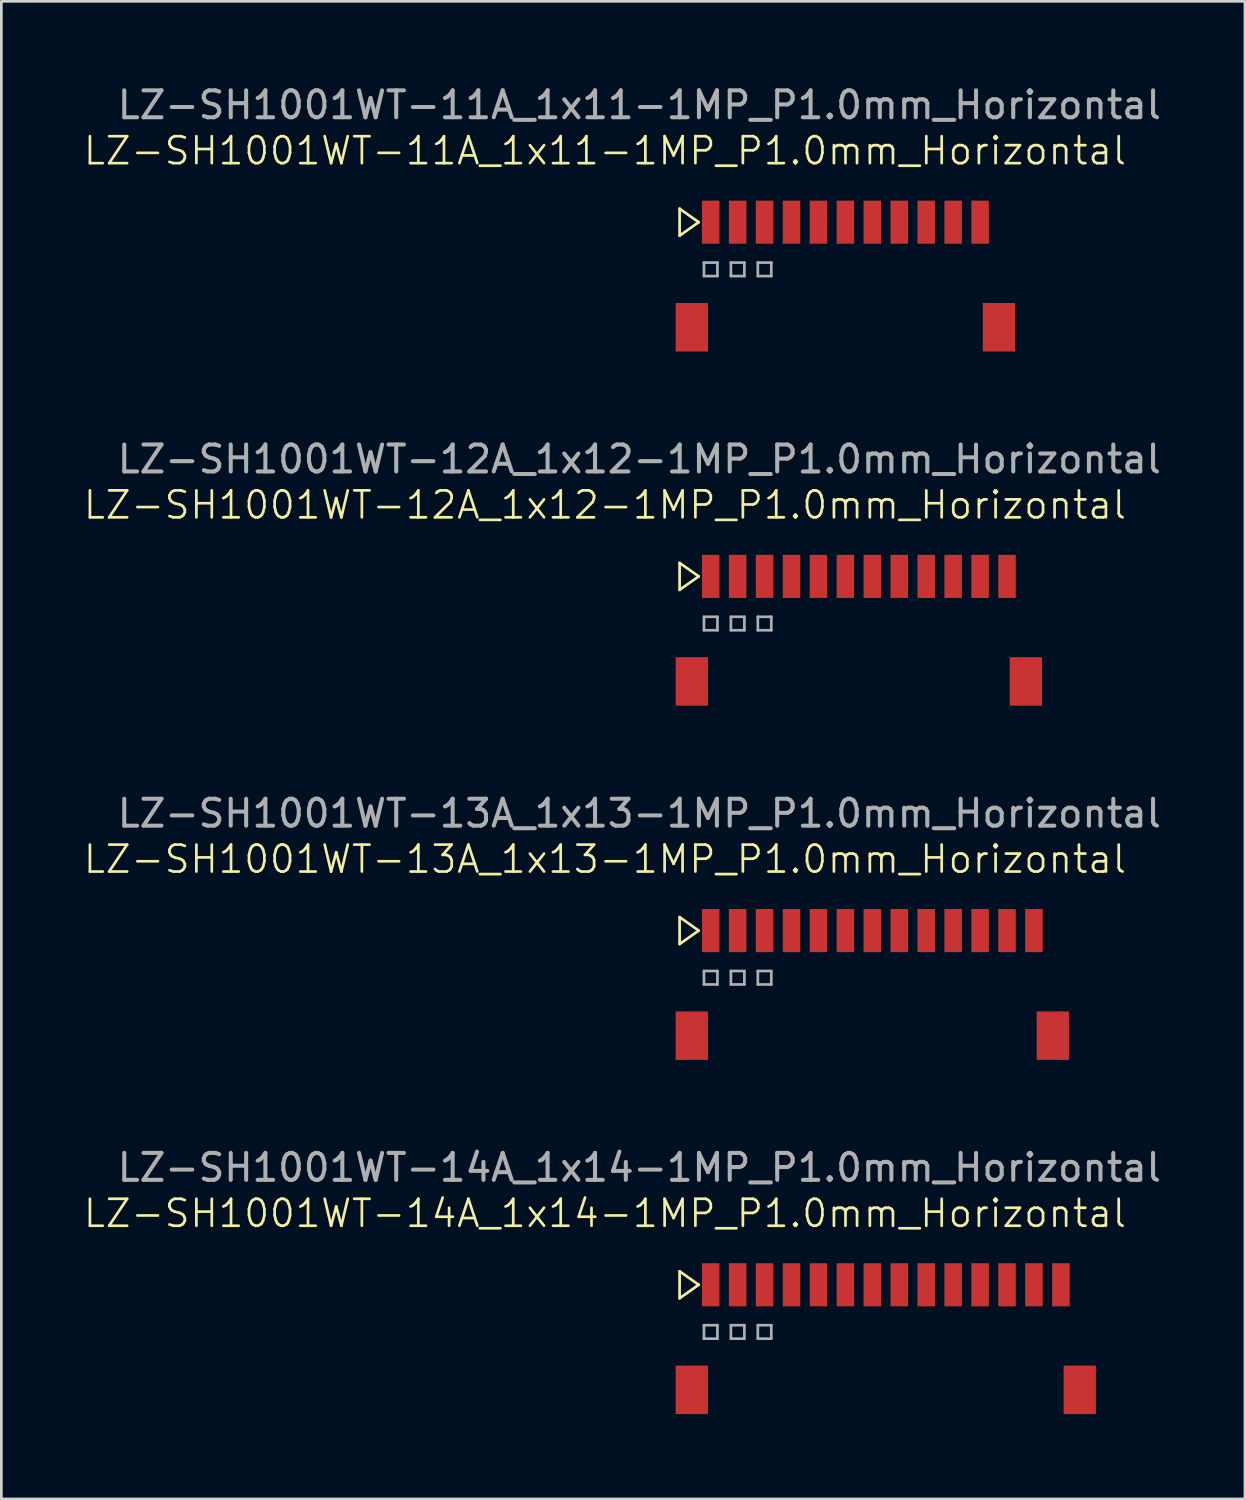
<source format=kicad_pcb>
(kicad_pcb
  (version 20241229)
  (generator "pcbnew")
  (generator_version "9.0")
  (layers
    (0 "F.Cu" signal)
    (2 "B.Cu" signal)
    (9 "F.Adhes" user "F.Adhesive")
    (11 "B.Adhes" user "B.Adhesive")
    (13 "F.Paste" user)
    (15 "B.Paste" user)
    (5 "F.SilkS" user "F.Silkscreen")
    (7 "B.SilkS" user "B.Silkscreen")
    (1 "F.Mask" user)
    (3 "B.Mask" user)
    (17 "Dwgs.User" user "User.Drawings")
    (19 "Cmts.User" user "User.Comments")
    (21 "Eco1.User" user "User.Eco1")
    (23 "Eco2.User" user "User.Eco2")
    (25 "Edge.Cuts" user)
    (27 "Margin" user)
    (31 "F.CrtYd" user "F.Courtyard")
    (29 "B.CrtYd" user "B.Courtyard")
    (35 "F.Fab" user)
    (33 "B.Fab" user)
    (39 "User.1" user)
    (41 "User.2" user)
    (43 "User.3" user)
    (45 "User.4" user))
  (footprint "LZ-SH1001WT-11A_1x11-1MP_P1.0mm_Horizontal"
    (layer "F.Cu")
    (at 33.332 5.198)
    (property "Reference" "LZ-SH1001WT-11A_1x11-1MP_P1.0mm_Horizontal" (at -13.925 -2.65 0) (unlocked yes) (layer "F.SilkS") (effects (font (size 1 1) (thickness 0.1))))
    (attr smd)
    (fp_line (start -11.154 -0.5) (end -11.154 0.5) (stroke (width 0.1) (type solid)) (layer "F.SilkS"))
    (fp_line (start -11.154 -0.5) (end -10.446 0) (stroke (width 0.1) (type solid)) (layer "F.SilkS"))
    (fp_line (start -10.446 0) (end -11.154 0.5) (stroke (width 0.1) (type solid)) (layer "F.SilkS"))
    (fp_rect (start -11.403 -0.825) (end 1.397 4.9) (stroke (width 0.1) (type default)) (fill no) (layer "Margin"))
    (fp_line (start -10.25 1.5) (end -10.25 2) (stroke (width 0.1) (type solid)) (layer "F.Fab"))
    (fp_line (start -10.25 2) (end -9.75 2) (stroke (width 0.1) (type solid)) (layer "F.Fab"))
    (fp_line (start -9.75 1.5) (end -10.25 1.5) (stroke (width 0.1) (type solid)) (layer "F.Fab"))
    (fp_line (start -9.75 2) (end -9.75 1.5) (stroke (width 0.1) (type solid)) (layer "F.Fab"))
    (fp_line (start -9.25 1.5) (end -9.25 2) (stroke (width 0.1) (type solid)) (layer "F.Fab"))
    (fp_line (start -9.25 2) (end -8.75 2) (stroke (width 0.1) (type solid)) (layer "F.Fab"))
    (fp_line (start -8.75 1.5) (end -9.25 1.5) (stroke (width 0.1) (type solid)) (layer "F.Fab"))
    (fp_line (start -8.75 2) (end -8.75 1.5) (stroke (width 0.1) (type solid)) (layer "F.Fab"))
    (fp_line (start -8.25 1.5) (end -8.25 2) (stroke (width 0.1) (type solid)) (layer "F.Fab"))
    (fp_line (start -8.25 2) (end -7.75 2) (stroke (width 0.1) (type solid)) (layer "F.Fab"))
    (fp_line (start -7.75 1.5) (end -8.25 1.5) (stroke (width 0.1) (type solid)) (layer "F.Fab"))
    (fp_line (start -7.75 2) (end -7.75 1.5) (stroke (width 0.1) (type solid)) (layer "F.Fab"))
    (fp_text user "${REFERENCE}" (at -12.65 -4.35 0) (unlocked yes) (layer "F.Fab") (effects (font (size 1 1) (thickness 0.15))))
    (pad "1" smd rect (at -10 0) (size 0.65 1.6) (layers "F.Cu" "F.Mask" "F.Paste"))
    (pad "2" smd rect (at -9 0) (size 0.65 1.6) (layers "F.Cu" "F.Mask" "F.Paste"))
    (pad "3" smd rect (at -8 0) (size 0.65 1.6) (layers "F.Cu" "F.Mask" "F.Paste"))
    (pad "4" smd rect (at -7 0) (size 0.65 1.6) (layers "F.Cu" "F.Mask" "F.Paste"))
    (pad "5" smd rect (at -6 0) (size 0.65 1.6) (layers "F.Cu" "F.Mask" "F.Paste"))
    (pad "6" smd rect (at -5 0) (size 0.65 1.6) (layers "F.Cu" "F.Mask" "F.Paste"))
    (pad "7" smd rect (at -4 0) (size 0.65 1.6) (layers "F.Cu" "F.Mask" "F.Paste"))
    (pad "8" smd rect (at -3 0) (size 0.65 1.6) (layers "F.Cu" "F.Mask" "F.Paste"))
    (pad "9" smd rect (at -2 0) (size 0.65 1.6) (layers "F.Cu" "F.Mask" "F.Paste"))
    (pad "10" smd rect (at -1 0) (size 0.65 1.6) (layers "F.Cu" "F.Mask" "F.Paste"))
    (pad "11" smd rect (at 0 0) (size 0.65 1.6) (layers "F.Cu" "F.Mask" "F.Paste"))
    (pad "MP" smd rect (at -10.7 3.9) (size 1.2 1.8) (layers "F.Cu" "F.Mask" "F.Paste"))
    (pad "MP" smd rect (at 0.7 3.9) (size 1.2 1.8) (layers "F.Cu" "F.Mask" "F.Paste")))
  (footprint "LZ-SH1001WT-13A_1x13-1MP_P1.0mm_Horizontal"
    (layer "F.Cu")
    (at 35.332 31.495)
    (property "Reference" "LZ-SH1001WT-13A_1x13-1MP_P1.0mm_Horizontal" (at -15.925 -2.65 0) (unlocked yes) (layer "F.SilkS") (effects (font (size 1 1) (thickness 0.1))))
    (attr smd)
    (fp_line (start -13.154 -0.5) (end -13.154 0.5) (stroke (width 0.1) (type solid)) (layer "F.SilkS"))
    (fp_line (start -13.154 -0.5) (end -12.446 0) (stroke (width 0.1) (type solid)) (layer "F.SilkS"))
    (fp_line (start -12.446 0) (end -13.154 0.5) (stroke (width 0.1) (type solid)) (layer "F.SilkS"))
    (fp_rect (start -13.403 -0.825) (end 1.397 4.9) (stroke (width 0.1) (type default)) (fill no) (layer "Margin"))
    (fp_line (start -12.25 1.5) (end -12.25 2) (stroke (width 0.1) (type solid)) (layer "F.Fab"))
    (fp_line (start -12.25 2) (end -11.75 2) (stroke (width 0.1) (type solid)) (layer "F.Fab"))
    (fp_line (start -11.75 1.5) (end -12.25 1.5) (stroke (width 0.1) (type solid)) (layer "F.Fab"))
    (fp_line (start -11.75 2) (end -11.75 1.5) (stroke (width 0.1) (type solid)) (layer "F.Fab"))
    (fp_line (start -11.25 1.5) (end -11.25 2) (stroke (width 0.1) (type solid)) (layer "F.Fab"))
    (fp_line (start -11.25 2) (end -10.75 2) (stroke (width 0.1) (type solid)) (layer "F.Fab"))
    (fp_line (start -10.75 1.5) (end -11.25 1.5) (stroke (width 0.1) (type solid)) (layer "F.Fab"))
    (fp_line (start -10.75 2) (end -10.75 1.5) (stroke (width 0.1) (type solid)) (layer "F.Fab"))
    (fp_line (start -10.25 1.5) (end -10.25 2) (stroke (width 0.1) (type solid)) (layer "F.Fab"))
    (fp_line (start -10.25 2) (end -9.75 2) (stroke (width 0.1) (type solid)) (layer "F.Fab"))
    (fp_line (start -9.75 1.5) (end -10.25 1.5) (stroke (width 0.1) (type solid)) (layer "F.Fab"))
    (fp_line (start -9.75 2) (end -9.75 1.5) (stroke (width 0.1) (type solid)) (layer "F.Fab"))
    (fp_text user "${REFERENCE}" (at -14.65 -4.35 0) (unlocked yes) (layer "F.Fab") (effects (font (size 1 1) (thickness 0.15))))
    (pad "1" smd rect (at -12 0) (size 0.65 1.6) (layers "F.Cu" "F.Mask" "F.Paste"))
    (pad "2" smd rect (at -11 0) (size 0.65 1.6) (layers "F.Cu" "F.Mask" "F.Paste"))
    (pad "3" smd rect (at -10 0) (size 0.65 1.6) (layers "F.Cu" "F.Mask" "F.Paste"))
    (pad "4" smd rect (at -9 0) (size 0.65 1.6) (layers "F.Cu" "F.Mask" "F.Paste"))
    (pad "5" smd rect (at -8 0) (size 0.65 1.6) (layers "F.Cu" "F.Mask" "F.Paste"))
    (pad "6" smd rect (at -7 0) (size 0.65 1.6) (layers "F.Cu" "F.Mask" "F.Paste"))
    (pad "7" smd rect (at -6 0) (size 0.65 1.6) (layers "F.Cu" "F.Mask" "F.Paste"))
    (pad "8" smd rect (at -5 0) (size 0.65 1.6) (layers "F.Cu" "F.Mask" "F.Paste"))
    (pad "9" smd rect (at -4 0) (size 0.65 1.6) (layers "F.Cu" "F.Mask" "F.Paste"))
    (pad "10" smd rect (at -3 0) (size 0.65 1.6) (layers "F.Cu" "F.Mask" "F.Paste"))
    (pad "11" smd rect (at -2 0) (size 0.65 1.6) (layers "F.Cu" "F.Mask" "F.Paste"))
    (pad "12" smd rect (at -1 0) (size 0.65 1.6) (layers "F.Cu" "F.Mask" "F.Paste"))
    (pad "13" smd rect (at 0 0) (size 0.65 1.6) (layers "F.Cu" "F.Mask" "F.Paste"))
    (pad "MP" smd rect (at -12.7 3.9) (size 1.2 1.8) (layers "F.Cu" "F.Mask" "F.Paste"))
    (pad "MP" smd rect (at 0.7 3.9) (size 1.2 1.8) (layers "F.Cu" "F.Mask" "F.Paste")))
  (footprint "LZ-SH1001WT-14A_1x14-1MP_P1.0mm_Horizontal"
    (layer "F.Cu")
    (at 36.332 44.643)
    (property "Reference" "LZ-SH1001WT-14A_1x14-1MP_P1.0mm_Horizontal" (at -16.925 -2.65 0) (unlocked yes) (layer "F.SilkS") (effects (font (size 1 1) (thickness 0.1))))
    (attr smd)
    (fp_line (start -14.154 -0.5) (end -14.154 0.5) (stroke (width 0.1) (type solid)) (layer "F.SilkS"))
    (fp_line (start -14.154 -0.5) (end -13.446 0) (stroke (width 0.1) (type solid)) (layer "F.SilkS"))
    (fp_line (start -13.446 0) (end -14.154 0.5) (stroke (width 0.1) (type solid)) (layer "F.SilkS"))
    (fp_rect (start -14.403 -0.825) (end 1.397 4.9) (stroke (width 0.1) (type default)) (fill no) (layer "Margin"))
    (fp_line (start -13.25 1.5) (end -13.25 2) (stroke (width 0.1) (type solid)) (layer "F.Fab"))
    (fp_line (start -13.25 2) (end -12.75 2) (stroke (width 0.1) (type solid)) (layer "F.Fab"))
    (fp_line (start -12.75 1.5) (end -13.25 1.5) (stroke (width 0.1) (type solid)) (layer "F.Fab"))
    (fp_line (start -12.75 2) (end -12.75 1.5) (stroke (width 0.1) (type solid)) (layer "F.Fab"))
    (fp_line (start -12.25 1.5) (end -12.25 2) (stroke (width 0.1) (type solid)) (layer "F.Fab"))
    (fp_line (start -12.25 2) (end -11.75 2) (stroke (width 0.1) (type solid)) (layer "F.Fab"))
    (fp_line (start -11.75 1.5) (end -12.25 1.5) (stroke (width 0.1) (type solid)) (layer "F.Fab"))
    (fp_line (start -11.75 2) (end -11.75 1.5) (stroke (width 0.1) (type solid)) (layer "F.Fab"))
    (fp_line (start -11.25 1.5) (end -11.25 2) (stroke (width 0.1) (type solid)) (layer "F.Fab"))
    (fp_line (start -11.25 2) (end -10.75 2) (stroke (width 0.1) (type solid)) (layer "F.Fab"))
    (fp_line (start -10.75 1.5) (end -11.25 1.5) (stroke (width 0.1) (type solid)) (layer "F.Fab"))
    (fp_line (start -10.75 2) (end -10.75 1.5) (stroke (width 0.1) (type solid)) (layer "F.Fab"))
    (fp_text user "${REFERENCE}" (at -15.65 -4.35 0) (unlocked yes) (layer "F.Fab") (effects (font (size 1 1) (thickness 0.15))))
    (pad "1" smd rect (at -13 0) (size 0.65 1.6) (layers "F.Cu" "F.Mask" "F.Paste"))
    (pad "2" smd rect (at -12 0) (size 0.65 1.6) (layers "F.Cu" "F.Mask" "F.Paste"))
    (pad "3" smd rect (at -11 0) (size 0.65 1.6) (layers "F.Cu" "F.Mask" "F.Paste"))
    (pad "4" smd rect (at -10 0) (size 0.65 1.6) (layers "F.Cu" "F.Mask" "F.Paste"))
    (pad "5" smd rect (at -9 0) (size 0.65 1.6) (layers "F.Cu" "F.Mask" "F.Paste"))
    (pad "6" smd rect (at -8 0) (size 0.65 1.6) (layers "F.Cu" "F.Mask" "F.Paste"))
    (pad "7" smd rect (at -7 0) (size 0.65 1.6) (layers "F.Cu" "F.Mask" "F.Paste"))
    (pad "8" smd rect (at -6 0) (size 0.65 1.6) (layers "F.Cu" "F.Mask" "F.Paste"))
    (pad "9" smd rect (at -5 0) (size 0.65 1.6) (layers "F.Cu" "F.Mask" "F.Paste"))
    (pad "10" smd rect (at -4 0) (size 0.65 1.6) (layers "F.Cu" "F.Mask" "F.Paste"))
    (pad "11" smd rect (at -3 0) (size 0.65 1.6) (layers "F.Cu" "F.Mask" "F.Paste"))
    (pad "12" smd rect (at -2 0) (size 0.65 1.6) (layers "F.Cu" "F.Mask" "F.Paste"))
    (pad "13" smd rect (at -1 0) (size 0.65 1.6) (layers "F.Cu" "F.Mask" "F.Paste"))
    (pad "14" smd rect (at 0 0) (size 0.65 1.6) (layers "F.Cu" "F.Mask" "F.Paste"))
    (pad "MP" smd rect (at -13.7 3.9) (size 1.2 1.8) (layers "F.Cu" "F.Mask" "F.Paste"))
    (pad "MP" smd rect (at 0.7 3.9) (size 1.2 1.8) (layers "F.Cu" "F.Mask" "F.Paste")))
  (footprint "LZ-SH1001WT-12A_1x12-1MP_P1.0mm_Horizontal"
    (layer "F.Cu")
    (at 34.332 18.346)
    (property "Reference" "LZ-SH1001WT-12A_1x12-1MP_P1.0mm_Horizontal" (at -14.925 -2.65 0) (unlocked yes) (layer "F.SilkS") (effects (font (size 1 1) (thickness 0.1))))
    (attr smd)
    (fp_line (start -12.154 -0.5) (end -12.154 0.5) (stroke (width 0.1) (type solid)) (layer "F.SilkS"))
    (fp_line (start -12.154 -0.5) (end -11.446 0) (stroke (width 0.1) (type solid)) (layer "F.SilkS"))
    (fp_line (start -11.446 0) (end -12.154 0.5) (stroke (width 0.1) (type solid)) (layer "F.SilkS"))
    (fp_rect (start -12.403 -0.825) (end 1.397 4.9) (stroke (width 0.1) (type default)) (fill no) (layer "Margin"))
    (fp_line (start -11.25 1.5) (end -11.25 2) (stroke (width 0.1) (type solid)) (layer "F.Fab"))
    (fp_line (start -11.25 2) (end -10.75 2) (stroke (width 0.1) (type solid)) (layer "F.Fab"))
    (fp_line (start -10.75 1.5) (end -11.25 1.5) (stroke (width 0.1) (type solid)) (layer "F.Fab"))
    (fp_line (start -10.75 2) (end -10.75 1.5) (stroke (width 0.1) (type solid)) (layer "F.Fab"))
    (fp_line (start -10.25 1.5) (end -10.25 2) (stroke (width 0.1) (type solid)) (layer "F.Fab"))
    (fp_line (start -10.25 2) (end -9.75 2) (stroke (width 0.1) (type solid)) (layer "F.Fab"))
    (fp_line (start -9.75 1.5) (end -10.25 1.5) (stroke (width 0.1) (type solid)) (layer "F.Fab"))
    (fp_line (start -9.75 2) (end -9.75 1.5) (stroke (width 0.1) (type solid)) (layer "F.Fab"))
    (fp_line (start -9.25 1.5) (end -9.25 2) (stroke (width 0.1) (type solid)) (layer "F.Fab"))
    (fp_line (start -9.25 2) (end -8.75 2) (stroke (width 0.1) (type solid)) (layer "F.Fab"))
    (fp_line (start -8.75 1.5) (end -9.25 1.5) (stroke (width 0.1) (type solid)) (layer "F.Fab"))
    (fp_line (start -8.75 2) (end -8.75 1.5) (stroke (width 0.1) (type solid)) (layer "F.Fab"))
    (fp_text user "${REFERENCE}" (at -13.65 -4.35 0) (unlocked yes) (layer "F.Fab") (effects (font (size 1 1) (thickness 0.15))))
    (pad "1" smd rect (at -11 0) (size 0.65 1.6) (layers "F.Cu" "F.Mask" "F.Paste"))
    (pad "2" smd rect (at -10 0) (size 0.65 1.6) (layers "F.Cu" "F.Mask" "F.Paste"))
    (pad "3" smd rect (at -9 0) (size 0.65 1.6) (layers "F.Cu" "F.Mask" "F.Paste"))
    (pad "4" smd rect (at -8 0) (size 0.65 1.6) (layers "F.Cu" "F.Mask" "F.Paste"))
    (pad "5" smd rect (at -7 0) (size 0.65 1.6) (layers "F.Cu" "F.Mask" "F.Paste"))
    (pad "6" smd rect (at -6 0) (size 0.65 1.6) (layers "F.Cu" "F.Mask" "F.Paste"))
    (pad "7" smd rect (at -5 0) (size 0.65 1.6) (layers "F.Cu" "F.Mask" "F.Paste"))
    (pad "8" smd rect (at -4 0) (size 0.65 1.6) (layers "F.Cu" "F.Mask" "F.Paste"))
    (pad "9" smd rect (at -3 0) (size 0.65 1.6) (layers "F.Cu" "F.Mask" "F.Paste"))
    (pad "10" smd rect (at -2 0) (size 0.65 1.6) (layers "F.Cu" "F.Mask" "F.Paste"))
    (pad "11" smd rect (at -1 0) (size 0.65 1.6) (layers "F.Cu" "F.Mask" "F.Paste"))
    (pad "12" smd rect (at 0 0) (size 0.65 1.6) (layers "F.Cu" "F.Mask" "F.Paste"))
    (pad "MP" smd rect (at -11.7 3.9) (size 1.2 1.8) (layers "F.Cu" "F.Mask" "F.Paste"))
    (pad "MP" smd rect (at 0.7 3.9) (size 1.2 1.8) (layers "F.Cu" "F.Mask" "F.Paste")))
  (gr_rect
    (start -3 -3)
    (end 43.164 52.593)
    (stroke (width 0.1) (type default))
    (fill no)
    (layer "Edge.Cuts")))
</source>
